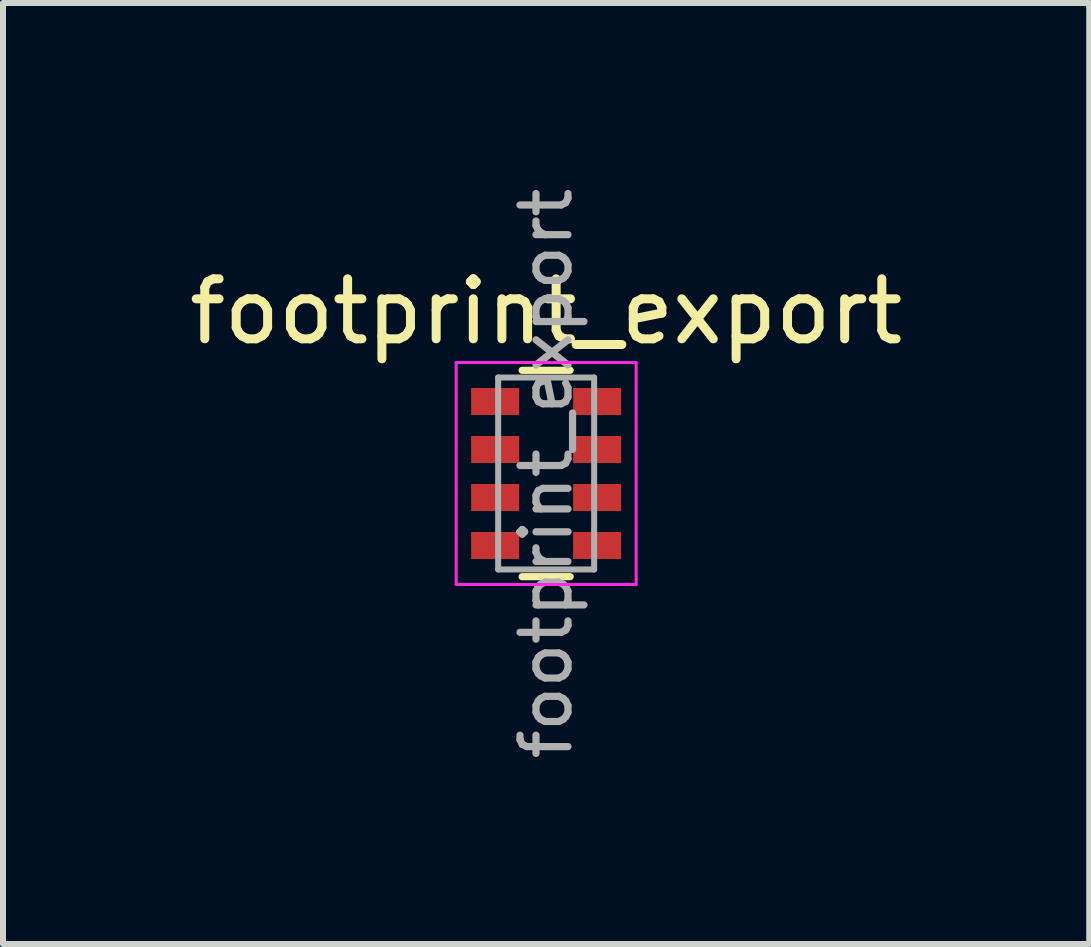
<source format=kicad_pcb>
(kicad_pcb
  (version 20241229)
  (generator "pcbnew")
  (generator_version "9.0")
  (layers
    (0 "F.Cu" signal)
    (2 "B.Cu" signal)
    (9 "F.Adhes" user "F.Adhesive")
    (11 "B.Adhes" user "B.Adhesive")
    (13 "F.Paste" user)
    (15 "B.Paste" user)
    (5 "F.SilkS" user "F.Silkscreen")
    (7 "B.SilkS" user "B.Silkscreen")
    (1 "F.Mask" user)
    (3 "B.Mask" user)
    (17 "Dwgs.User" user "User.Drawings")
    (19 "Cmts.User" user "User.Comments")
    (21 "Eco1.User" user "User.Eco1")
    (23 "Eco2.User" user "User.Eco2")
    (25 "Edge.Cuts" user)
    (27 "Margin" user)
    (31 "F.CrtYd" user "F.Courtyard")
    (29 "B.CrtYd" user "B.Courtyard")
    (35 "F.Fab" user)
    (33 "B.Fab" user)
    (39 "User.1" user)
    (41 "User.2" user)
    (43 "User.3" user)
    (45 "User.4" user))
  (footprint "footprint_export"
    (layer "F.Cu")
    (at 6.054 4.843)
    (property "Reference" "footprint_export" (at 0 -2.7 0) (layer "F.SilkS") (effects (font (size 1 1) (thickness 0.15))))
    (attr smd)
    (fp_line (start -0.4 -1.72) (end 0.4 -1.72) (stroke (width 0.12) (type solid)) (layer "F.SilkS"))
    (fp_line (start -0.4 1.72) (end 0.4 1.72) (stroke (width 0.12) (type solid)) (layer "F.SilkS"))
    (fp_line (start -1.5 -1.85) (end 1.5 -1.85) (stroke (width 0.05) (type solid)) (layer "F.CrtYd"))
    (fp_line (start -1.5 1.85) (end -1.5 -1.85) (stroke (width 0.05) (type solid)) (layer "F.CrtYd"))
    (fp_line (start 1.5 -1.85) (end 1.5 1.85) (stroke (width 0.05) (type solid)) (layer "F.CrtYd"))
    (fp_line (start 1.5 1.85) (end -1.5 1.85) (stroke (width 0.05) (type solid)) (layer "F.CrtYd"))
    (fp_line (start -0.8 -1.6) (end 0.8 -1.6) (stroke (width 0.1) (type solid)) (layer "F.Fab"))
    (fp_line (start -0.8 1.6) (end -0.8 -1.6) (stroke (width 0.1) (type solid)) (layer "F.Fab"))
    (fp_line (start 0.8 -1.6) (end 0.8 1.6) (stroke (width 0.1) (type solid)) (layer "F.Fab"))
    (fp_line (start 0.8 1.6) (end -0.8 1.6) (stroke (width 0.1) (type solid)) (layer "F.Fab"))
    (fp_text user "${REFERENCE}" (at 0 0 90) (layer "F.Fab") (effects (font (size 0.8 0.8) (thickness 0.12))))
    (pad "1" smd rect (at -0.85 -1.2) (size 0.8 0.45) (layers "F.Cu" "F.Mask" "F.Paste"))
    (pad "2" smd rect (at -0.85 -0.4) (size 0.8 0.45) (layers "F.Cu" "F.Mask" "F.Paste"))
    (pad "3" smd rect (at -0.85 0.4) (size 0.8 0.45) (layers "F.Cu" "F.Mask" "F.Paste"))
    (pad "4" smd rect (at -0.85 1.2) (size 0.8 0.45) (layers "F.Cu" "F.Mask" "F.Paste"))
    (pad "5" smd rect (at 0.85 1.2) (size 0.8 0.45) (layers "F.Cu" "F.Mask" "F.Paste"))
    (pad "6" smd rect (at 0.85 0.4) (size 0.8 0.45) (layers "F.Cu" "F.Mask" "F.Paste"))
    (pad "7" smd rect (at 0.85 -0.4) (size 0.8 0.45) (layers "F.Cu" "F.Mask" "F.Paste"))
    (pad "8" smd rect (at 0.85 -1.2) (size 0.8 0.45) (layers "F.Cu" "F.Mask" "F.Paste")))
  (gr_rect
    (start -3 -3)
    (end 15.107 12.686)
    (stroke (width 0.1) (type default))
    (fill no)
    (layer "Edge.Cuts")))
</source>
